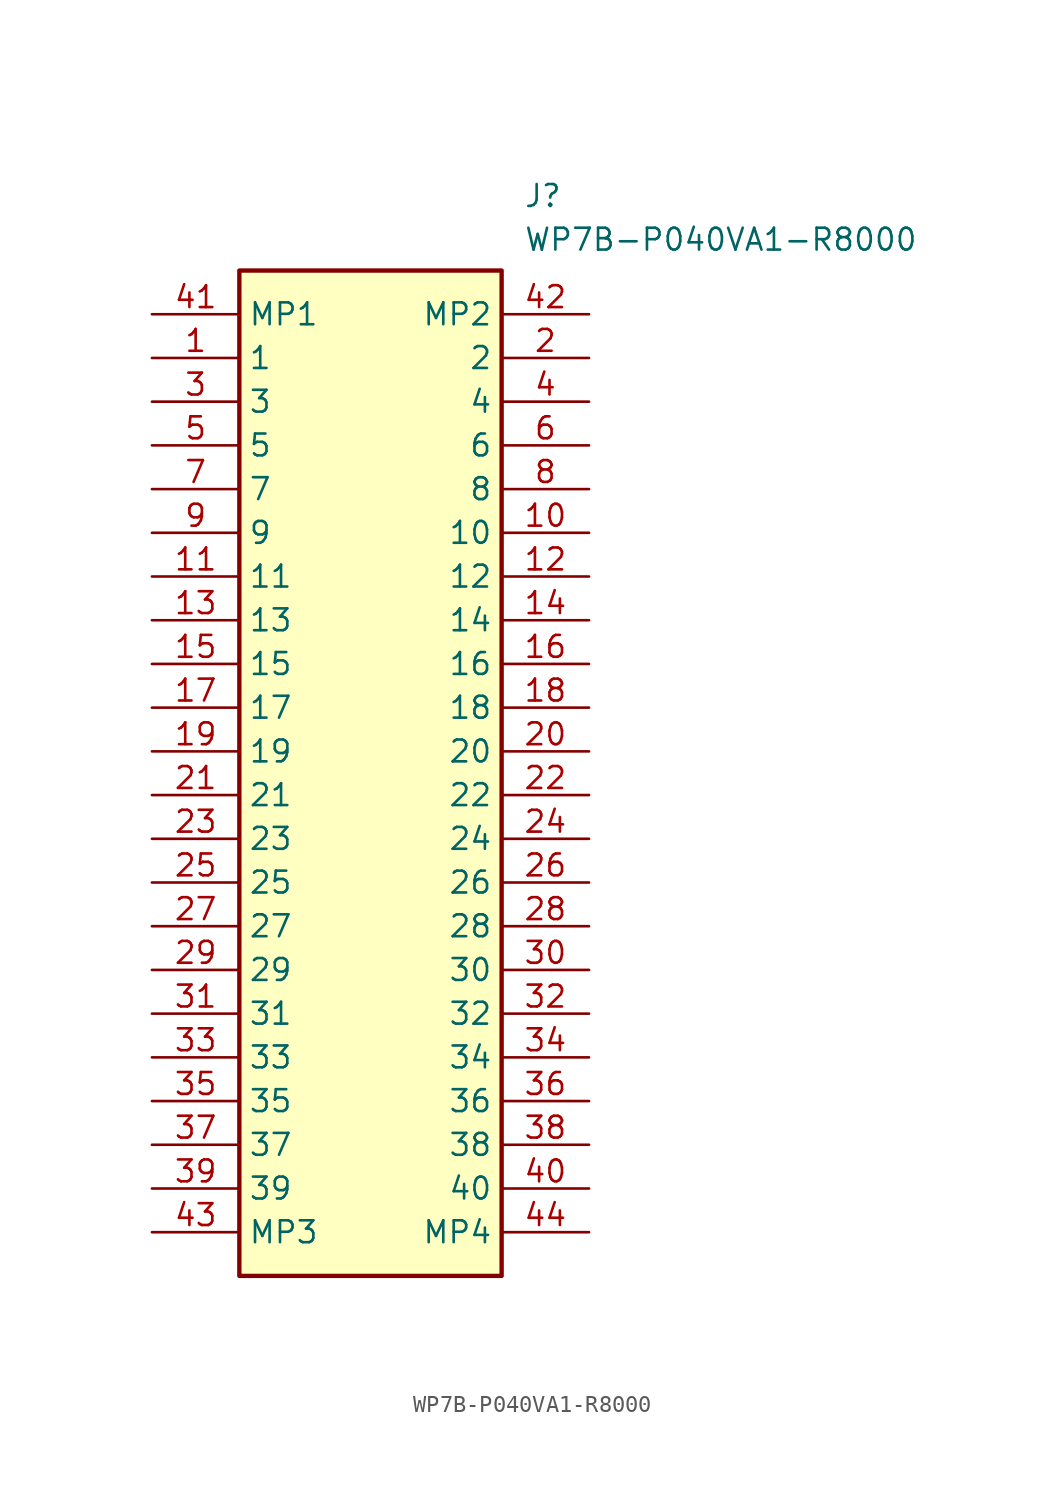
<source format=kicad_sym>
(kicad_symbol_lib
  (version 20211014)
  (generator SamacSys_ECAD_Model)
  (symbol "WP7B-P040VA1-R8000"
    (property "Reference" "J"
      (at 21.59 7.62 0)
      (effects (font (size 1.27 1.27)) (justify left top)))
    (property "Value" "WP7B-P040VA1-R8000"
      (at 21.59 5.08 0)
      (effects (font (size 1.27 1.27)) (justify left top)))
    (rectangle
      (start 5.08 2.54)
      (end 20.32 -55.88)
      (stroke (width 0.254) (type default))
      (fill (type background)))
    (pin passive line
      (at 0 -2.54 0)
      (length 5.08)
      (name "1" (effects (font (size 1.27 1.27))))
      (number "1" (effects (font (size 1.27 1.27)))))
    (pin passive line
      (at 25.4 -2.54 180)
      (length 5.08)
      (name "2" (effects (font (size 1.27 1.27))))
      (number "2" (effects (font (size 1.27 1.27)))))
    (pin passive line
      (at 0 -5.08 0)
      (length 5.08)
      (name "3" (effects (font (size 1.27 1.27))))
      (number "3" (effects (font (size 1.27 1.27)))))
    (pin passive line
      (at 25.4 -5.08 180)
      (length 5.08)
      (name "4" (effects (font (size 1.27 1.27))))
      (number "4" (effects (font (size 1.27 1.27)))))
    (pin passive line
      (at 0 -7.62 0)
      (length 5.08)
      (name "5" (effects (font (size 1.27 1.27))))
      (number "5" (effects (font (size 1.27 1.27)))))
    (pin passive line
      (at 25.4 -7.62 180)
      (length 5.08)
      (name "6" (effects (font (size 1.27 1.27))))
      (number "6" (effects (font (size 1.27 1.27)))))
    (pin passive line
      (at 0 -10.16 0)
      (length 5.08)
      (name "7" (effects (font (size 1.27 1.27))))
      (number "7" (effects (font (size 1.27 1.27)))))
    (pin passive line
      (at 25.4 -10.16 180)
      (length 5.08)
      (name "8" (effects (font (size 1.27 1.27))))
      (number "8" (effects (font (size 1.27 1.27)))))
    (pin passive line
      (at 0 -12.7 0)
      (length 5.08)
      (name "9" (effects (font (size 1.27 1.27))))
      (number "9" (effects (font (size 1.27 1.27)))))
    (pin passive line
      (at 25.4 -12.7 180)
      (length 5.08)
      (name "10" (effects (font (size 1.27 1.27))))
      (number "10" (effects (font (size 1.27 1.27)))))
    (pin passive line
      (at 0 -15.24 0)
      (length 5.08)
      (name "11" (effects (font (size 1.27 1.27))))
      (number "11" (effects (font (size 1.27 1.27)))))
    (pin passive line
      (at 25.4 -15.24 180)
      (length 5.08)
      (name "12" (effects (font (size 1.27 1.27))))
      (number "12" (effects (font (size 1.27 1.27)))))
    (pin passive line
      (at 0 -17.78 0)
      (length 5.08)
      (name "13" (effects (font (size 1.27 1.27))))
      (number "13" (effects (font (size 1.27 1.27)))))
    (pin passive line
      (at 25.4 -17.78 180)
      (length 5.08)
      (name "14" (effects (font (size 1.27 1.27))))
      (number "14" (effects (font (size 1.27 1.27)))))
    (pin passive line
      (at 0 -20.32 0)
      (length 5.08)
      (name "15" (effects (font (size 1.27 1.27))))
      (number "15" (effects (font (size 1.27 1.27)))))
    (pin passive line
      (at 25.4 -20.32 180)
      (length 5.08)
      (name "16" (effects (font (size 1.27 1.27))))
      (number "16" (effects (font (size 1.27 1.27)))))
    (pin passive line
      (at 0 -22.86 0)
      (length 5.08)
      (name "17" (effects (font (size 1.27 1.27))))
      (number "17" (effects (font (size 1.27 1.27)))))
    (pin passive line
      (at 25.4 -22.86 180)
      (length 5.08)
      (name "18" (effects (font (size 1.27 1.27))))
      (number "18" (effects (font (size 1.27 1.27)))))
    (pin passive line
      (at 0 -25.4 0)
      (length 5.08)
      (name "19" (effects (font (size 1.27 1.27))))
      (number "19" (effects (font (size 1.27 1.27)))))
    (pin passive line
      (at 25.4 -25.4 180)
      (length 5.08)
      (name "20" (effects (font (size 1.27 1.27))))
      (number "20" (effects (font (size 1.27 1.27)))))
    (pin passive line
      (at 0 -27.94 0)
      (length 5.08)
      (name "21" (effects (font (size 1.27 1.27))))
      (number "21" (effects (font (size 1.27 1.27)))))
    (pin passive line
      (at 25.4 -27.94 180)
      (length 5.08)
      (name "22" (effects (font (size 1.27 1.27))))
      (number "22" (effects (font (size 1.27 1.27)))))
    (pin passive line
      (at 0 -30.48 0)
      (length 5.08)
      (name "23" (effects (font (size 1.27 1.27))))
      (number "23" (effects (font (size 1.27 1.27)))))
    (pin passive line
      (at 25.4 -30.48 180)
      (length 5.08)
      (name "24" (effects (font (size 1.27 1.27))))
      (number "24" (effects (font (size 1.27 1.27)))))
    (pin passive line
      (at 0 -33.02 0)
      (length 5.08)
      (name "25" (effects (font (size 1.27 1.27))))
      (number "25" (effects (font (size 1.27 1.27)))))
    (pin passive line
      (at 25.4 -33.02 180)
      (length 5.08)
      (name "26" (effects (font (size 1.27 1.27))))
      (number "26" (effects (font (size 1.27 1.27)))))
    (pin passive line
      (at 0 -35.56 0)
      (length 5.08)
      (name "27" (effects (font (size 1.27 1.27))))
      (number "27" (effects (font (size 1.27 1.27)))))
    (pin passive line
      (at 25.4 -35.56 180)
      (length 5.08)
      (name "28" (effects (font (size 1.27 1.27))))
      (number "28" (effects (font (size 1.27 1.27)))))
    (pin passive line
      (at 0 -38.1 0)
      (length 5.08)
      (name "29" (effects (font (size 1.27 1.27))))
      (number "29" (effects (font (size 1.27 1.27)))))
    (pin passive line
      (at 25.4 -38.1 180)
      (length 5.08)
      (name "30" (effects (font (size 1.27 1.27))))
      (number "30" (effects (font (size 1.27 1.27)))))
    (pin passive line
      (at 0 -40.64 0)
      (length 5.08)
      (name "31" (effects (font (size 1.27 1.27))))
      (number "31" (effects (font (size 1.27 1.27)))))
    (pin passive line
      (at 25.4 -40.64 180)
      (length 5.08)
      (name "32" (effects (font (size 1.27 1.27))))
      (number "32" (effects (font (size 1.27 1.27)))))
    (pin passive line
      (at 0 -43.18 0)
      (length 5.08)
      (name "33" (effects (font (size 1.27 1.27))))
      (number "33" (effects (font (size 1.27 1.27)))))
    (pin passive line
      (at 25.4 -43.18 180)
      (length 5.08)
      (name "34" (effects (font (size 1.27 1.27))))
      (number "34" (effects (font (size 1.27 1.27)))))
    (pin passive line
      (at 0 -45.72 0)
      (length 5.08)
      (name "35" (effects (font (size 1.27 1.27))))
      (number "35" (effects (font (size 1.27 1.27)))))
    (pin passive line
      (at 25.4 -45.72 180)
      (length 5.08)
      (name "36" (effects (font (size 1.27 1.27))))
      (number "36" (effects (font (size 1.27 1.27)))))
    (pin passive line
      (at 0 -48.26 0)
      (length 5.08)
      (name "37" (effects (font (size 1.27 1.27))))
      (number "37" (effects (font (size 1.27 1.27)))))
    (pin passive line
      (at 25.4 -48.26 180)
      (length 5.08)
      (name "38" (effects (font (size 1.27 1.27))))
      (number "38" (effects (font (size 1.27 1.27)))))
    (pin passive line
      (at 0 -50.8 0)
      (length 5.08)
      (name "39" (effects (font (size 1.27 1.27))))
      (number "39" (effects (font (size 1.27 1.27)))))
    (pin passive line
      (at 25.4 -50.8 180)
      (length 5.08)
      (name "40" (effects (font (size 1.27 1.27))))
      (number "40" (effects (font (size 1.27 1.27)))))
    (pin passive line
      (at 0 0 0)
      (length 5.08)
      (name "MP1" (effects (font (size 1.27 1.27))))
      (number "41" (effects (font (size 1.27 1.27)))))
    (pin passive line
      (at 25.4 0 180)
      (length 5.08)
      (name "MP2" (effects (font (size 1.27 1.27))))
      (number "42" (effects (font (size 1.27 1.27)))))
    (pin passive line
      (at 0 -53.34 0)
      (length 5.08)
      (name "MP3" (effects (font (size 1.27 1.27))))
      (number "43" (effects (font (size 1.27 1.27)))))
    (pin passive line
      (at 25.4 -53.34 180)
      (length 5.08)
      (name "MP4" (effects (font (size 1.27 1.27))))
      (number "44" (effects (font (size 1.27 1.27)))))))
</source>
